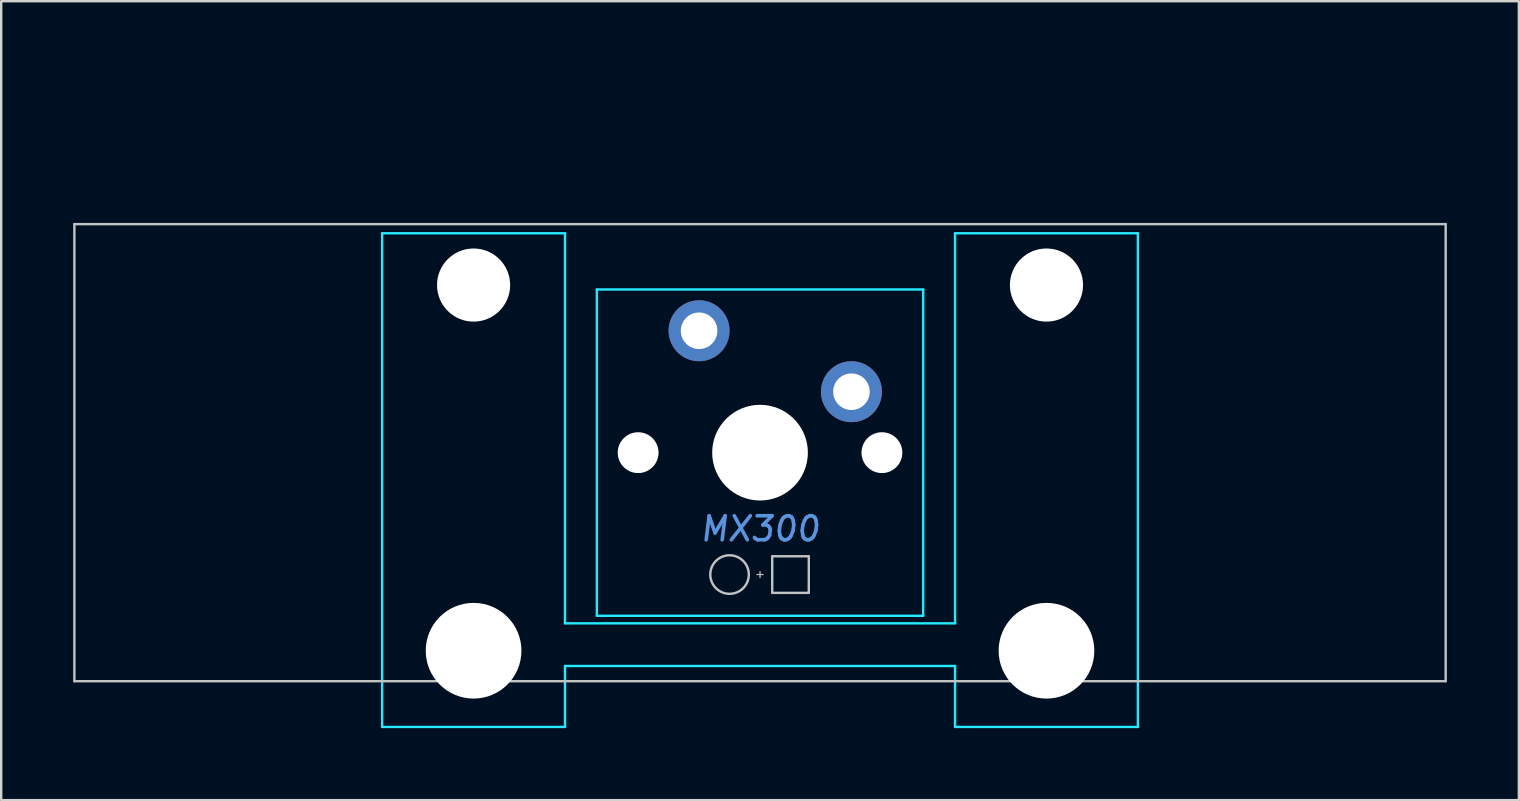
<source format=kicad_pcb>
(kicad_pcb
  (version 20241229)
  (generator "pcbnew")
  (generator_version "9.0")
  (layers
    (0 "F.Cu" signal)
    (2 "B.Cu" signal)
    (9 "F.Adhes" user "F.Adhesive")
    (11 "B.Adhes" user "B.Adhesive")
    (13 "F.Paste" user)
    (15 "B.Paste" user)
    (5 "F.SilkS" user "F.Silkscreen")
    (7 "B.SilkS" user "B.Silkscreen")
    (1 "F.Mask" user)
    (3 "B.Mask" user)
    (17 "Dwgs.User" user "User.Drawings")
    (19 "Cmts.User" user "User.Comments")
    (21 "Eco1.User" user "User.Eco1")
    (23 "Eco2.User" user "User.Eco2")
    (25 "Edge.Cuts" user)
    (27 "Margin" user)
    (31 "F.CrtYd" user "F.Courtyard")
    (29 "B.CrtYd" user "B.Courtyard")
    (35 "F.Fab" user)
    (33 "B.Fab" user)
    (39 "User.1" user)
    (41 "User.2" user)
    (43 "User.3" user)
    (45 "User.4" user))
  (footprint "MX300"
    (layer "F.Cu")
    (at 28.625 15.815)
    (property "Reference" "MX300" (at 0 3.175 0) (layer "Cmts.User") (effects (font (size 1 1) (thickness 0.15) (italic yes))))
    (attr through_hole)
    (fp_line (start -28.575 -9.525) (end -28.575 9.525) (stroke (width 0.1) (type solid)) (layer "Dwgs.User"))
    (fp_line (start -28.575 -9.525) (end 28.575 -9.525) (stroke (width 0.1) (type solid)) (layer "Dwgs.User"))
    (fp_line (start -28.575 9.525) (end 28.575 9.525) (stroke (width 0.1) (type solid)) (layer "Dwgs.User"))
    (fp_line (start -0.127 5.08) (end 0.127 5.08) (stroke (width 0.05) (type solid)) (layer "Dwgs.User"))
    (fp_line (start 0 5.207) (end 0 4.953) (stroke (width 0.05) (type solid)) (layer "Dwgs.User"))
    (fp_line (start 0.508 4.318) (end 0.508 5.842) (stroke (width 0.1) (type solid)) (layer "Dwgs.User"))
    (fp_line (start 0.508 4.318) (end 2.032 4.318) (stroke (width 0.1) (type solid)) (layer "Dwgs.User"))
    (fp_line (start 0.508 5.842) (end 2.032 5.842) (stroke (width 0.1) (type solid)) (layer "Dwgs.User"))
    (fp_line (start 2.032 5.842) (end 2.032 4.318) (stroke (width 0.1) (type solid)) (layer "Dwgs.User"))
    (fp_line (start 28.575 -9.525) (end 28.575 9.525) (stroke (width 0.1) (type solid)) (layer "Dwgs.User"))
    (fp_circle (center -1.27 5.08) (end -0.467 5.08) (stroke (width 0.1) (type solid)) (fill no) (layer "Dwgs.User"))
    (fp_line (start -23.241 -3.303) (end -22.225 -3.303) (stroke (width 0.1) (type solid)) (layer "Eco1.User"))
    (fp_line (start -23.241 -0.509) (end -23.241 -3.303) (stroke (width 0.1) (type solid)) (layer "Eco1.User"))
    (fp_line (start -22.225 -3.303) (end -22.225 -5.69) (stroke (width 0.1) (type solid)) (layer "Eco1.User"))
    (fp_line (start -22.225 -0.509) (end -23.241 -0.509) (stroke (width 0.1) (type solid)) (layer "Eco1.User"))
    (fp_line (start -22.225 -5.69) (end -15.57 -5.69) (stroke (width 0.1) (type solid)) (layer "Eco1.User"))
    (fp_line (start -22.225 6.603) (end -22.225 -0.509) (stroke (width 0.1) (type solid)) (layer "Eco1.User"))
    (fp_line (start -20.421 6.603) (end -22.225 6.603) (stroke (width 0.1) (type solid)) (layer "Eco1.User"))
    (fp_line (start -20.421 7.772) (end -20.421 6.603) (stroke (width 0.1) (type solid)) (layer "Eco1.User"))
    (fp_line (start -17.373 6.603) (end -17.373 7.772) (stroke (width 0.1) (type solid)) (layer "Eco1.User"))
    (fp_line (start -17.373 7.772) (end -20.421 7.772) (stroke (width 0.1) (type solid)) (layer "Eco1.User"))
    (fp_line (start -15.57 -5.69) (end -15.57 -2.286) (stroke (width 0.1) (type solid)) (layer "Eco1.User"))
    (fp_line (start -15.57 -2.286) (end -6.985 -2.286) (stroke (width 0.1) (type solid)) (layer "Eco1.User"))
    (fp_line (start -15.57 2.286) (end -15.57 6.603) (stroke (width 0.1) (type solid)) (layer "Eco1.User"))
    (fp_line (start -15.57 6.603) (end -17.373 6.603) (stroke (width 0.1) (type solid)) (layer "Eco1.User"))
    (fp_line (start -7 -7) (end 7 -7) (stroke (width 0.1) (type solid)) (layer "Eco1.User"))
    (fp_line (start -7 7) (end -6.985 2.286) (stroke (width 0.1) (type solid)) (layer "Eco1.User"))
    (fp_line (start -6.985 -2.286) (end -7 -7) (stroke (width 0.1) (type solid)) (layer "Eco1.User"))
    (fp_line (start -6.985 2.286) (end -15.57 2.286) (stroke (width 0.1) (type solid)) (layer "Eco1.User"))
    (fp_line (start 0 -15.765) (end 0 -15.765) (stroke (width 0.1) (type solid)) (layer "Eco1.User"))
    (fp_line (start 0 -15.765) (end 0 -15.765) (stroke (width 0.1) (type solid)) (layer "Eco1.User"))
    (fp_line (start 0 -15.765) (end 0 -15.765) (stroke (width 0.1) (type solid)) (layer "Eco1.User"))
    (fp_line (start 0 -0.941) (end 0.000056 0.941) (stroke (width 0.1) (type solid)) (layer "Eco1.User"))
    (fp_line (start 0.941 -0.000055) (end -0.941 0.000001) (stroke (width 0.1) (type solid)) (layer "Eco1.User"))
    (fp_line (start 6.985 -2.286) (end 15.57 -2.286) (stroke (width 0.1) (type solid)) (layer "Eco1.User"))
    (fp_line (start 6.985 6.985) (end -7 7) (stroke (width 0.1) (type solid)) (layer "Eco1.User"))
    (fp_line (start 6.985 2.286) (end 6.985 6.985) (stroke (width 0.1) (type solid)) (layer "Eco1.User"))
    (fp_line (start 7 -7) (end 6.985 -2.286) (stroke (width 0.1) (type solid)) (layer "Eco1.User"))
    (fp_line (start 15.57 -2.286) (end 15.57 -5.69) (stroke (width 0.1) (type solid)) (layer "Eco1.User"))
    (fp_line (start 15.57 6.603) (end 15.57 2.286) (stroke (width 0.1) (type solid)) (layer "Eco1.User"))
    (fp_line (start 15.57 -5.69) (end 22.225 -5.69) (stroke (width 0.1) (type solid)) (layer "Eco1.User"))
    (fp_line (start 15.57 2.286) (end 6.985 2.286) (stroke (width 0.1) (type solid)) (layer "Eco1.User"))
    (fp_line (start 17.373 6.603) (end 15.57 6.603) (stroke (width 0.1) (type solid)) (layer "Eco1.User"))
    (fp_line (start 17.373 7.772) (end 17.373 6.603) (stroke (width 0.1) (type solid)) (layer "Eco1.User"))
    (fp_line (start 20.421 6.603) (end 20.421 7.772) (stroke (width 0.1) (type solid)) (layer "Eco1.User"))
    (fp_line (start 20.421 7.772) (end 17.373 7.772) (stroke (width 0.1) (type solid)) (layer "Eco1.User"))
    (fp_line (start 22.225 -5.69) (end 22.225 -3.303) (stroke (width 0.1) (type solid)) (layer "Eco1.User"))
    (fp_line (start 22.225 6.603) (end 20.421 6.603) (stroke (width 0.1) (type solid)) (layer "Eco1.User"))
    (fp_line (start 22.225 -3.303) (end 23.241 -3.303) (stroke (width 0.1) (type solid)) (layer "Eco1.User"))
    (fp_line (start 22.225 -0.509) (end 22.225 6.603) (stroke (width 0.1) (type solid)) (layer "Eco1.User"))
    (fp_line (start 23.241 -3.303) (end 23.241 -0.509) (stroke (width 0.1) (type solid)) (layer "Eco1.User"))
    (fp_line (start 23.241 -0.509) (end 22.225 -0.509) (stroke (width 0.1) (type solid)) (layer "Eco1.User"))
    (fp_line (start -15.748 -9.144) (end -8.128 -9.144) (stroke (width 0.1) (type solid)) (layer "B.CrtYd"))
    (fp_line (start -15.748 11.43) (end -15.748 -9.144) (stroke (width 0.1) (type solid)) (layer "B.CrtYd"))
    (fp_line (start -8.128 -9.144) (end -8.128 7.112) (stroke (width 0.1) (type solid)) (layer "B.CrtYd"))
    (fp_line (start -8.128 7.112) (end 8.128 7.112) (stroke (width 0.1) (type solid)) (layer "B.CrtYd"))
    (fp_line (start -8.128 8.89) (end 8.128 8.89) (stroke (width 0.1) (type solid)) (layer "B.CrtYd"))
    (fp_line (start -8.128 11.43) (end -15.748 11.43) (stroke (width 0.1) (type solid)) (layer "B.CrtYd"))
    (fp_line (start -8.128 11.43) (end -8.128 8.89) (stroke (width 0.1) (type solid)) (layer "B.CrtYd"))
    (fp_line (start -6.8 6.8) (end -6.8 -6.8) (stroke (width 0.1) (type solid)) (layer "B.CrtYd"))
    (fp_line (start 6.8 -6.8) (end -6.8 -6.8) (stroke (width 0.1) (type solid)) (layer "B.CrtYd"))
    (fp_line (start 6.8 6.8) (end -6.8 6.8) (stroke (width 0.1) (type solid)) (layer "B.CrtYd"))
    (fp_line (start 6.8 6.8) (end 6.8 -6.8) (stroke (width 0.1) (type solid)) (layer "B.CrtYd"))
    (fp_line (start 8.128 -9.144) (end 8.128 7.112) (stroke (width 0.1) (type solid)) (layer "B.CrtYd"))
    (fp_line (start 8.128 -9.144) (end 15.748 -9.144) (stroke (width 0.1) (type solid)) (layer "B.CrtYd"))
    (fp_line (start 8.128 11.43) (end 8.128 8.89) (stroke (width 0.1) (type solid)) (layer "B.CrtYd"))
    (fp_line (start 15.748 -9.144) (end 15.748 11.43) (stroke (width 0.1) (type solid)) (layer "B.CrtYd"))
    (fp_line (start 15.748 11.43) (end 8.128 11.43) (stroke (width 0.1) (type solid)) (layer "B.CrtYd"))
    (pad "" np_thru_hole circle (at -11.938 -6.985) (size 3.048 3.048) (drill 3.048) (layers "*.Cu" "*.Mask"))
    (pad "" np_thru_hole circle (at -11.938 8.255) (size 3.988 3.988) (drill 3.988) (layers "*.Cu" "*.Mask"))
    (pad "" np_thru_hole circle (at -5.08 0) (size 1.702 1.702) (drill 1.702) (layers "*.Cu" "*.Mask"))
    (pad "" np_thru_hole circle (at 0 0) (size 3.988 3.988) (drill 3.988) (layers "*.Cu" "*.Mask"))
    (pad "" np_thru_hole circle (at 5.08 0) (size 1.702 1.702) (drill 1.702) (layers "*.Cu" "*.Mask"))
    (pad "" np_thru_hole circle (at 11.938 -6.985) (size 3.048 3.048) (drill 3.048) (layers "*.Cu" "*.Mask"))
    (pad "" np_thru_hole circle (at 11.938 8.255) (size 3.988 3.988) (drill 3.988) (layers "*.Cu" "*.Mask"))
    (pad "1" thru_hole circle (at -2.54 -5.08) (size 2.54 2.54) (drill 1.524) (layers "*.Cu" "*.Mask"))
    (pad "2" thru_hole circle (at 3.81 -2.54) (size 2.54 2.54) (drill 1.524) (layers "*.Cu" "*.Mask")))
  (gr_rect
    (start -3 -3)
    (end 60.25 30.295)
    (stroke (width 0.1) (type default))
    (fill no)
    (layer "Edge.Cuts")))
</source>
